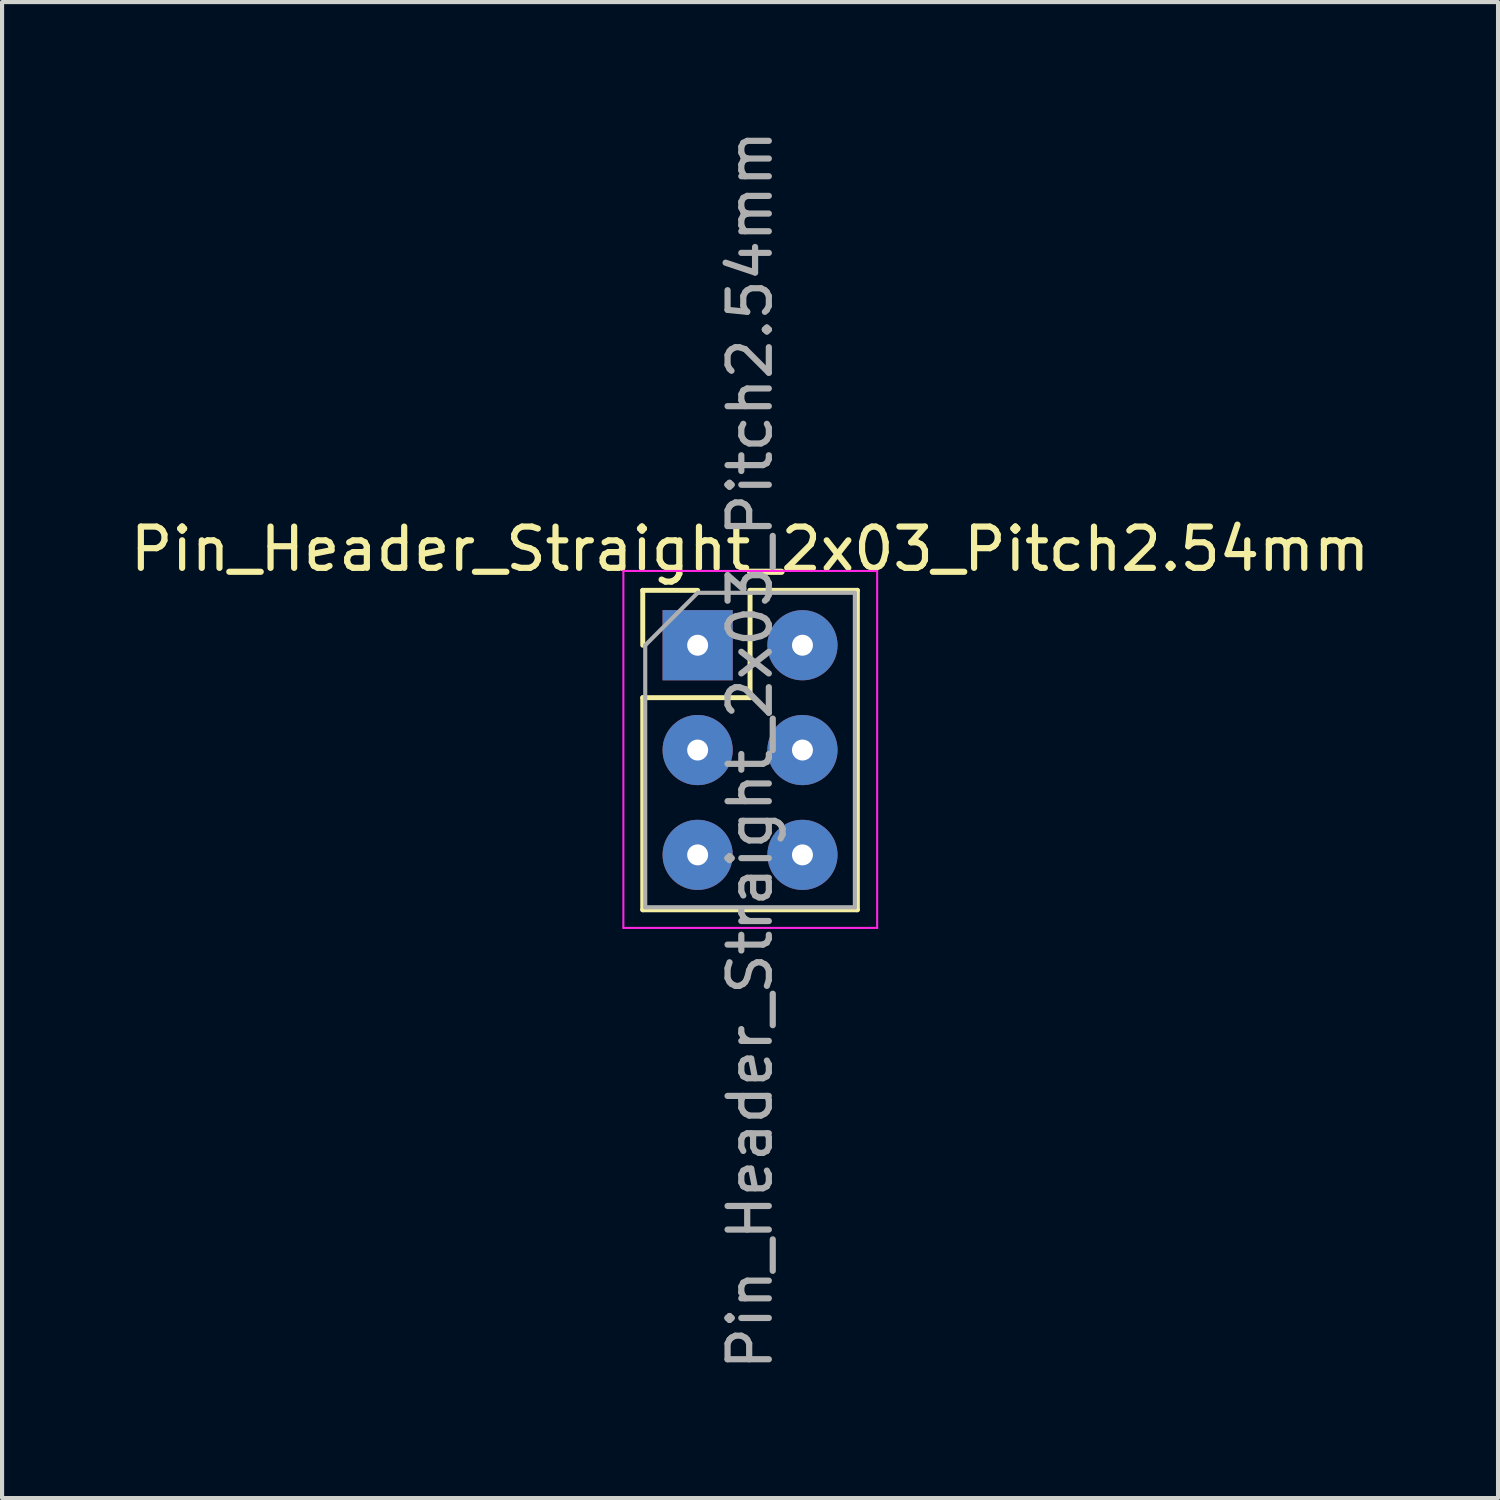
<source format=kicad_pcb>
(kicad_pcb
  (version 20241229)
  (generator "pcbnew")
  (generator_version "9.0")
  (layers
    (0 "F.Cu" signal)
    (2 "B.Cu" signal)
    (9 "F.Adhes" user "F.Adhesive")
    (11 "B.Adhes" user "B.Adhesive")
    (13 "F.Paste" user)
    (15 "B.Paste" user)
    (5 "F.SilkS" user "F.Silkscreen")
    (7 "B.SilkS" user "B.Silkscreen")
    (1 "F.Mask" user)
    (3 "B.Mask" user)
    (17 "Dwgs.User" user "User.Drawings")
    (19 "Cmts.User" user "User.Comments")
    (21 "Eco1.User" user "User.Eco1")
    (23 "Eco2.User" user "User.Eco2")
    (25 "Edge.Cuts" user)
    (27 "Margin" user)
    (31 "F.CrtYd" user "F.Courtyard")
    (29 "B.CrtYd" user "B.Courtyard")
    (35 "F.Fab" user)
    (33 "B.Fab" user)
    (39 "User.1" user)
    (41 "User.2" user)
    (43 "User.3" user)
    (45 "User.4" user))
  (footprint "Pin_Header_Straight_2x03_Pitch2.54mm"
    (layer "F.Cu")
    (at 13.855 12.585)
    (property "Reference" "Pin_Header_Straight_2x03_Pitch2.54mm" (at 1.27 -2.33 0) (layer "F.SilkS") (effects (font (size 1 1) (thickness 0.15))))
    (attr through_hole)
    (fp_line (start -1.33 -1.33) (end 0 -1.33) (stroke (width 0.12) (type solid)) (layer "F.SilkS"))
    (fp_line (start -1.33 0) (end -1.33 -1.33) (stroke (width 0.12) (type solid)) (layer "F.SilkS"))
    (fp_line (start -1.33 1.27) (end -1.33 6.41) (stroke (width 0.12) (type solid)) (layer "F.SilkS"))
    (fp_line (start -1.33 1.27) (end 1.27 1.27) (stroke (width 0.12) (type solid)) (layer "F.SilkS"))
    (fp_line (start -1.33 6.41) (end 3.87 6.41) (stroke (width 0.12) (type solid)) (layer "F.SilkS"))
    (fp_line (start 1.27 -1.33) (end 3.87 -1.33) (stroke (width 0.12) (type solid)) (layer "F.SilkS"))
    (fp_line (start 1.27 1.27) (end 1.27 -1.33) (stroke (width 0.12) (type solid)) (layer "F.SilkS"))
    (fp_line (start 3.87 -1.33) (end 3.87 6.41) (stroke (width 0.12) (type solid)) (layer "F.SilkS"))
    (fp_line (start -1.8 -1.8) (end -1.8 6.85) (stroke (width 0.05) (type solid)) (layer "F.CrtYd"))
    (fp_line (start -1.8 6.85) (end 4.35 6.85) (stroke (width 0.05) (type solid)) (layer "F.CrtYd"))
    (fp_line (start 4.35 -1.8) (end -1.8 -1.8) (stroke (width 0.05) (type solid)) (layer "F.CrtYd"))
    (fp_line (start 4.35 6.85) (end 4.35 -1.8) (stroke (width 0.05) (type solid)) (layer "F.CrtYd"))
    (fp_line (start -1.27 0) (end 0 -1.27) (stroke (width 0.1) (type solid)) (layer "F.Fab"))
    (fp_line (start -1.27 6.35) (end -1.27 0) (stroke (width 0.1) (type solid)) (layer "F.Fab"))
    (fp_line (start 0 -1.27) (end 3.81 -1.27) (stroke (width 0.1) (type solid)) (layer "F.Fab"))
    (fp_line (start 3.81 -1.27) (end 3.81 6.35) (stroke (width 0.1) (type solid)) (layer "F.Fab"))
    (fp_line (start 3.81 6.35) (end -1.27 6.35) (stroke (width 0.1) (type solid)) (layer "F.Fab"))
    (fp_text user "${REFERENCE}" (at 1.27 2.54 90) (layer "F.Fab") (effects (font (size 1 1) (thickness 0.15))))
    (pad "1" thru_hole rect (at 0 0) (size 1.7 1.7) (drill 0.508) (layers "*.Cu" "*.Mask"))
    (pad "2" thru_hole oval (at 2.54 0) (size 1.7 1.7) (drill 0.508) (layers "*.Cu" "*.Mask"))
    (pad "3" thru_hole oval (at 0 2.54) (size 1.7 1.7) (drill 0.508) (layers "*.Cu" "*.Mask"))
    (pad "4" thru_hole oval (at 2.54 2.54) (size 1.7 1.7) (drill 0.508) (layers "*.Cu" "*.Mask"))
    (pad "5" thru_hole oval (at 0 5.08) (size 1.7 1.7) (drill 0.508) (layers "*.Cu" "*.Mask"))
    (pad "6" thru_hole oval (at 2.54 5.08) (size 1.7 1.7) (drill 0.508) (layers "*.Cu" "*.Mask")))
  (gr_rect
    (start -3 -3)
    (end 33.25 33.25)
    (stroke (width 0.1) (type default))
    (fill no)
    (layer "Edge.Cuts")))
</source>
